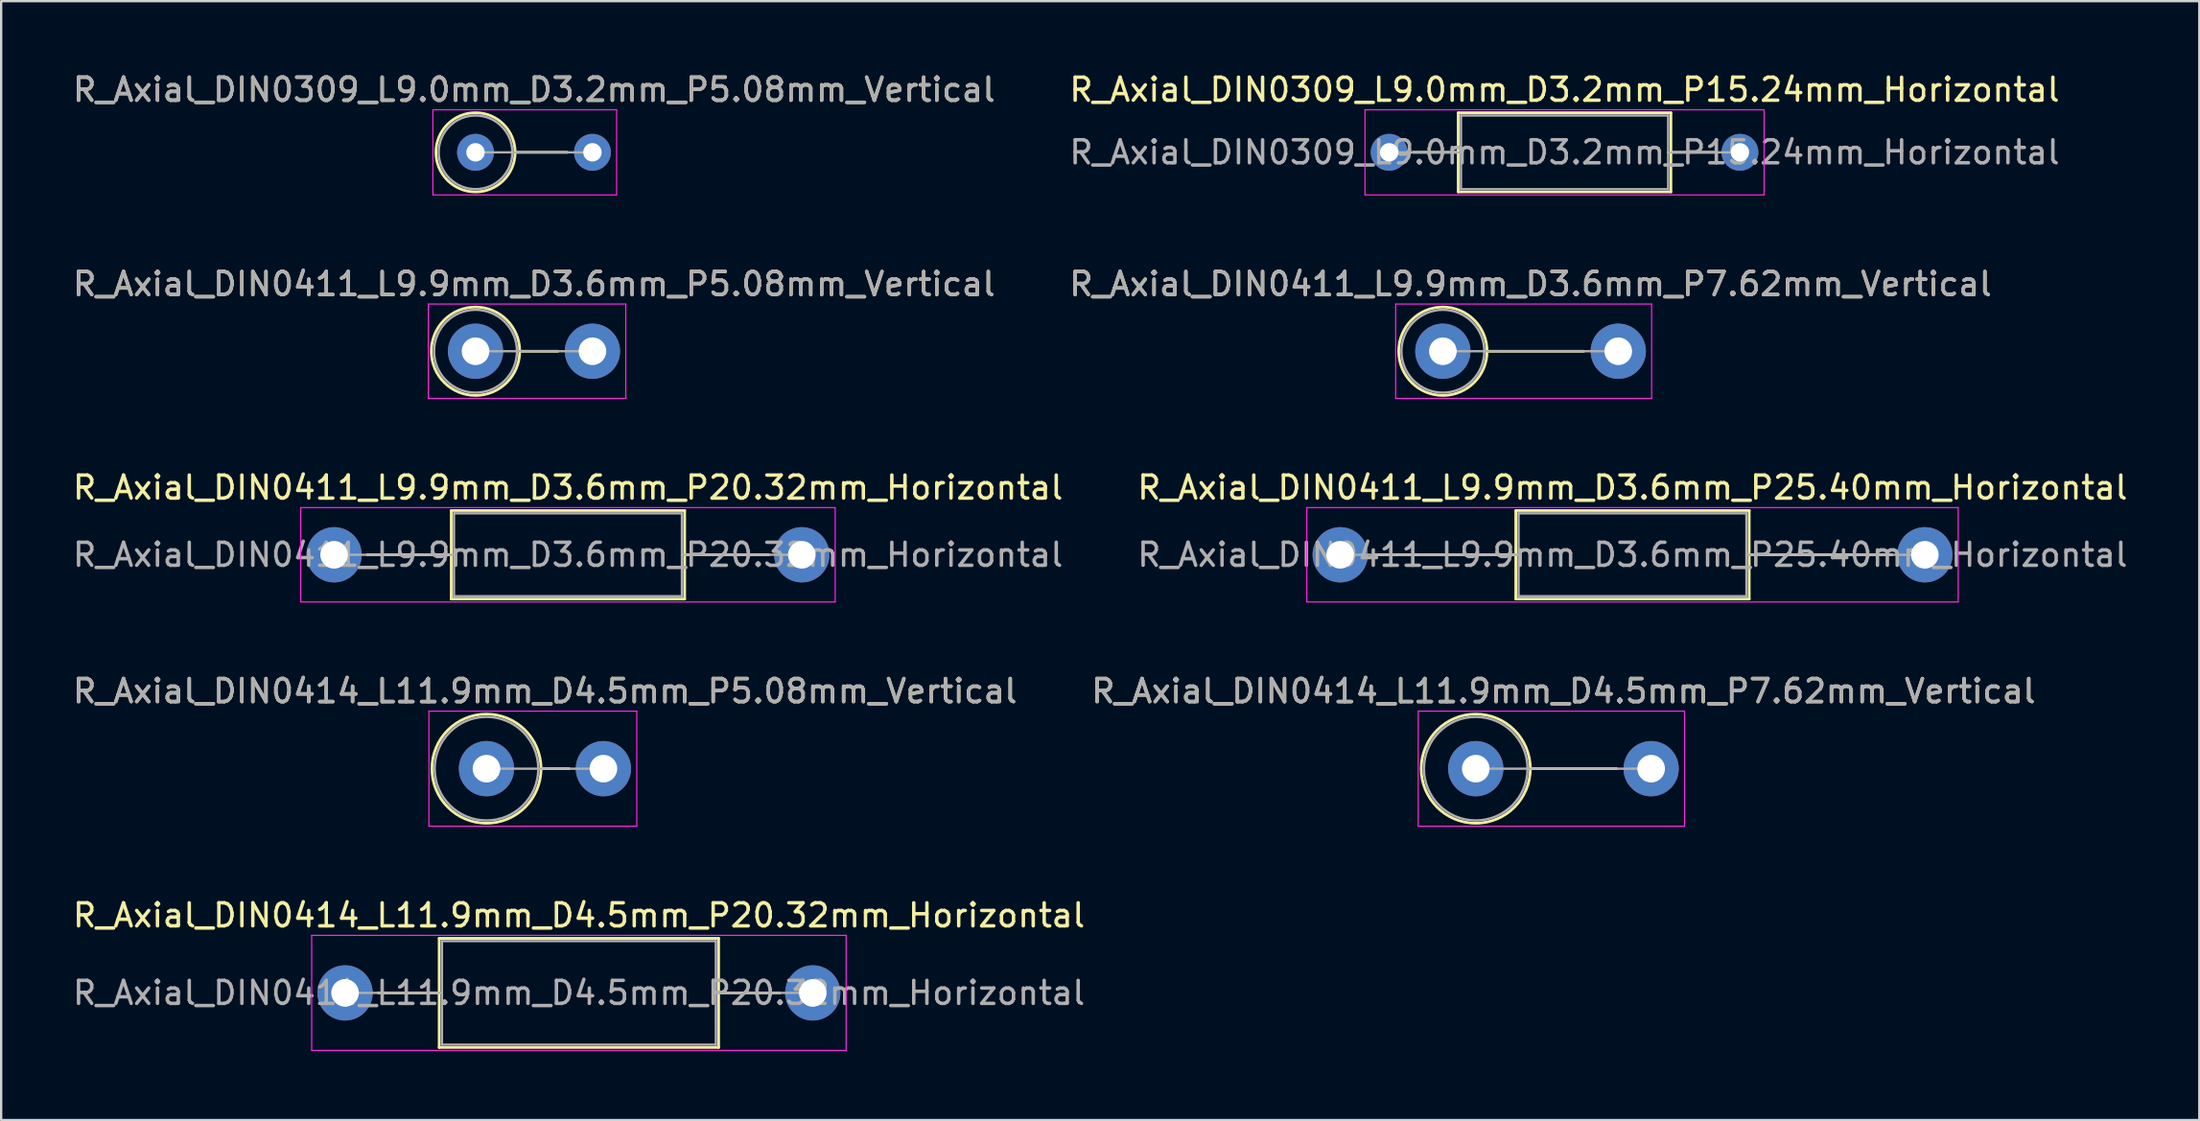
<source format=kicad_pcb>
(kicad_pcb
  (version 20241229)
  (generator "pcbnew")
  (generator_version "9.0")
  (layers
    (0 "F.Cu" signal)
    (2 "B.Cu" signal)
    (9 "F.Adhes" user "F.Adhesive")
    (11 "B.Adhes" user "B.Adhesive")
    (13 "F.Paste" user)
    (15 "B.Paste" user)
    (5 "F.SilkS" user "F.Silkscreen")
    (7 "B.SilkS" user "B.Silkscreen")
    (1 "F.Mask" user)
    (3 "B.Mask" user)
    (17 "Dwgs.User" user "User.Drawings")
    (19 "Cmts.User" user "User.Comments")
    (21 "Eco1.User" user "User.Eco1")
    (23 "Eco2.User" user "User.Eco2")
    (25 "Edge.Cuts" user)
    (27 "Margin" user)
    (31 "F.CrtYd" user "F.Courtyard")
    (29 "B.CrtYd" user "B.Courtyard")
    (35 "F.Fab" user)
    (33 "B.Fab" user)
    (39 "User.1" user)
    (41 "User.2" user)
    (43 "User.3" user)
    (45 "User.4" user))
  (footprint "R_Axial_DIN0411_L9.9mm_D3.6mm_P7.62mm_Vertical"
    (layer "F.Cu")
    (at 59.636 12.211)
    (property "Reference" "R_Axial_DIN0411_L9.9mm_D3.6mm_P7.62mm_Vertical" (at 3.81 -2.92 0) (layer "F.SilkS") (effects (font (size 1 1) (thickness 0.15))))
    (attr through_hole)
    (fp_line (start 1.92 0) (end 6.12 0) (stroke (width 0.12) (type solid)) (layer "F.SilkS"))
    (fp_circle (center 0 0) (end 1.92 0) (stroke (width 0.12) (type solid)) (fill no) (layer "F.SilkS"))
    (fp_line (start -2.05 -2.05) (end -2.05 2.05) (stroke (width 0.05) (type solid)) (layer "F.CrtYd"))
    (fp_line (start -2.05 2.05) (end 9.07 2.05) (stroke (width 0.05) (type solid)) (layer "F.CrtYd"))
    (fp_line (start 9.07 -2.05) (end -2.05 -2.05) (stroke (width 0.05) (type solid)) (layer "F.CrtYd"))
    (fp_line (start 9.07 2.05) (end 9.07 -2.05) (stroke (width 0.05) (type solid)) (layer "F.CrtYd"))
    (fp_line (start 0 0) (end 7.62 0) (stroke (width 0.1) (type solid)) (layer "F.Fab"))
    (fp_circle (center 0 0) (end 1.8 0) (stroke (width 0.1) (type solid)) (fill no) (layer "F.Fab"))
    (fp_text user "${REFERENCE}" (at 3.81 -2.92 0) (layer "F.Fab") (effects (font (size 1 1) (thickness 0.15))))
    (pad "1" thru_hole circle (at 0 0) (size 2.4 2.4) (drill 1.2) (layers "*.Cu" "*.Mask"))
    (pad "2" thru_hole circle (at 7.62 0) (size 2.4 2.4) (drill 1.2) (layers "*.Cu" "*.Mask")))
  (footprint "R_Axial_DIN0414_L11.9mm_D4.5mm_P7.62mm_Vertical"
    (layer "F.Cu")
    (at 61.065 30.348)
    (property "Reference" "R_Axial_DIN0414_L11.9mm_D4.5mm_P7.62mm_Vertical" (at 3.81 -3.37 0) (layer "F.SilkS") (effects (font (size 1 1) (thickness 0.15))))
    (attr through_hole)
    (fp_line (start 2.37 0) (end 6.12 0) (stroke (width 0.12) (type solid)) (layer "F.SilkS"))
    (fp_circle (center 0 0) (end 2.37 0) (stroke (width 0.12) (type solid)) (fill no) (layer "F.SilkS"))
    (fp_line (start -2.5 -2.5) (end -2.5 2.5) (stroke (width 0.05) (type solid)) (layer "F.CrtYd"))
    (fp_line (start -2.5 2.5) (end 9.07 2.5) (stroke (width 0.05) (type solid)) (layer "F.CrtYd"))
    (fp_line (start 9.07 -2.5) (end -2.5 -2.5) (stroke (width 0.05) (type solid)) (layer "F.CrtYd"))
    (fp_line (start 9.07 2.5) (end 9.07 -2.5) (stroke (width 0.05) (type solid)) (layer "F.CrtYd"))
    (fp_line (start 0 0) (end 7.62 0) (stroke (width 0.1) (type solid)) (layer "F.Fab"))
    (fp_circle (center 0 0) (end 2.25 0) (stroke (width 0.1) (type solid)) (fill no) (layer "F.Fab"))
    (fp_text user "${REFERENCE}" (at 3.81 -3.37 0) (layer "F.Fab") (effects (font (size 1 1) (thickness 0.15))))
    (pad "1" thru_hole circle (at 0 0) (size 2.4 2.4) (drill 1.2) (layers "*.Cu" "*.Mask"))
    (pad "2" thru_hole circle (at 7.62 0) (size 2.4 2.4) (drill 1.2) (layers "*.Cu" "*.Mask")))
  (footprint "R_Axial_DIN0309_L9.0mm_D3.2mm_P5.08mm_Vertical"
    (layer "F.Cu")
    (at 17.609 3.568)
    (property "Reference" "R_Axial_DIN0309_L9.0mm_D3.2mm_P5.08mm_Vertical" (at 2.54 -2.72 0) (layer "F.SilkS") (effects (font (size 1 1) (thickness 0.15))))
    (attr through_hole)
    (fp_line (start 1.72 0) (end 3.98 0) (stroke (width 0.12) (type solid)) (layer "F.SilkS"))
    (fp_circle (center 0 0) (end 1.72 0) (stroke (width 0.12) (type solid)) (fill no) (layer "F.SilkS"))
    (fp_line (start -1.85 -1.85) (end -1.85 1.85) (stroke (width 0.05) (type solid)) (layer "F.CrtYd"))
    (fp_line (start -1.85 1.85) (end 6.13 1.85) (stroke (width 0.05) (type solid)) (layer "F.CrtYd"))
    (fp_line (start 6.13 -1.85) (end -1.85 -1.85) (stroke (width 0.05) (type solid)) (layer "F.CrtYd"))
    (fp_line (start 6.13 1.85) (end 6.13 -1.85) (stroke (width 0.05) (type solid)) (layer "F.CrtYd"))
    (fp_line (start 0 0) (end 5.08 0) (stroke (width 0.1) (type solid)) (layer "F.Fab"))
    (fp_circle (center 0 0) (end 1.6 0) (stroke (width 0.1) (type solid)) (fill no) (layer "F.Fab"))
    (fp_text user "${REFERENCE}" (at 2.54 -2.72 0) (layer "F.Fab") (effects (font (size 1 1) (thickness 0.15))))
    (pad "1" thru_hole circle (at 0 0) (size 1.6 1.6) (drill 0.8) (layers "*.Cu" "*.Mask"))
    (pad "2" thru_hole circle (at 5.08 0) (size 1.6 1.6) (drill 0.8) (layers "*.Cu" "*.Mask")))
  (footprint "R_Axial_DIN0414_L11.9mm_D4.5mm_P20.32mm_Horizontal"
    (layer "F.Cu")
    (at 11.941 40.091)
    (property "Reference" "R_Axial_DIN0414_L11.9mm_D4.5mm_P20.32mm_Horizontal" (at 10.16 -3.37 0) (layer "F.SilkS") (effects (font (size 1 1) (thickness 0.15))))
    (attr through_hole)
    (fp_line (start 1.44 0) (end 4.09 0) (stroke (width 0.12) (type solid)) (layer "F.SilkS"))
    (fp_line (start 4.09 -2.37) (end 4.09 2.37) (stroke (width 0.12) (type solid)) (layer "F.SilkS"))
    (fp_line (start 4.09 2.37) (end 16.23 2.37) (stroke (width 0.12) (type solid)) (layer "F.SilkS"))
    (fp_line (start 16.23 -2.37) (end 4.09 -2.37) (stroke (width 0.12) (type solid)) (layer "F.SilkS"))
    (fp_line (start 16.23 2.37) (end 16.23 -2.37) (stroke (width 0.12) (type solid)) (layer "F.SilkS"))
    (fp_line (start 18.88 0) (end 16.23 0) (stroke (width 0.12) (type solid)) (layer "F.SilkS"))
    (fp_line (start -1.45 -2.5) (end -1.45 2.5) (stroke (width 0.05) (type solid)) (layer "F.CrtYd"))
    (fp_line (start -1.45 2.5) (end 21.77 2.5) (stroke (width 0.05) (type solid)) (layer "F.CrtYd"))
    (fp_line (start 21.77 -2.5) (end -1.45 -2.5) (stroke (width 0.05) (type solid)) (layer "F.CrtYd"))
    (fp_line (start 21.77 2.5) (end 21.77 -2.5) (stroke (width 0.05) (type solid)) (layer "F.CrtYd"))
    (fp_line (start 0 0) (end 4.21 0) (stroke (width 0.1) (type solid)) (layer "F.Fab"))
    (fp_line (start 4.21 -2.25) (end 4.21 2.25) (stroke (width 0.1) (type solid)) (layer "F.Fab"))
    (fp_line (start 4.21 2.25) (end 16.11 2.25) (stroke (width 0.1) (type solid)) (layer "F.Fab"))
    (fp_line (start 16.11 -2.25) (end 4.21 -2.25) (stroke (width 0.1) (type solid)) (layer "F.Fab"))
    (fp_line (start 16.11 2.25) (end 16.11 -2.25) (stroke (width 0.1) (type solid)) (layer "F.Fab"))
    (fp_line (start 20.32 0) (end 16.11 0) (stroke (width 0.1) (type solid)) (layer "F.Fab"))
    (fp_text user "${REFERENCE}" (at 10.16 0 0) (layer "F.Fab") (effects (font (size 1 1) (thickness 0.15))))
    (pad "1" thru_hole circle (at 0 0) (size 2.4 2.4) (drill 1.2) (layers "*.Cu" "*.Mask"))
    (pad "2" thru_hole circle (at 20.32 0) (size 2.4 2.4) (drill 1.2) (layers "*.Cu" "*.Mask")))
  (footprint "R_Axial_DIN0411_L9.9mm_D3.6mm_P20.32mm_Horizontal"
    (layer "F.Cu")
    (at 11.465 21.055)
    (property "Reference" "R_Axial_DIN0411_L9.9mm_D3.6mm_P20.32mm_Horizontal" (at 10.16 -2.92 0) (layer "F.SilkS") (effects (font (size 1 1) (thickness 0.15))))
    (attr through_hole)
    (fp_line (start 1.44 0) (end 5.09 0) (stroke (width 0.12) (type solid)) (layer "F.SilkS"))
    (fp_line (start 5.09 -1.92) (end 5.09 1.92) (stroke (width 0.12) (type solid)) (layer "F.SilkS"))
    (fp_line (start 5.09 1.92) (end 15.23 1.92) (stroke (width 0.12) (type solid)) (layer "F.SilkS"))
    (fp_line (start 15.23 -1.92) (end 5.09 -1.92) (stroke (width 0.12) (type solid)) (layer "F.SilkS"))
    (fp_line (start 15.23 1.92) (end 15.23 -1.92) (stroke (width 0.12) (type solid)) (layer "F.SilkS"))
    (fp_line (start 18.88 0) (end 15.23 0) (stroke (width 0.12) (type solid)) (layer "F.SilkS"))
    (fp_line (start -1.45 -2.05) (end -1.45 2.05) (stroke (width 0.05) (type solid)) (layer "F.CrtYd"))
    (fp_line (start -1.45 2.05) (end 21.77 2.05) (stroke (width 0.05) (type solid)) (layer "F.CrtYd"))
    (fp_line (start 21.77 -2.05) (end -1.45 -2.05) (stroke (width 0.05) (type solid)) (layer "F.CrtYd"))
    (fp_line (start 21.77 2.05) (end 21.77 -2.05) (stroke (width 0.05) (type solid)) (layer "F.CrtYd"))
    (fp_line (start 0 0) (end 5.21 0) (stroke (width 0.1) (type solid)) (layer "F.Fab"))
    (fp_line (start 5.21 -1.8) (end 5.21 1.8) (stroke (width 0.1) (type solid)) (layer "F.Fab"))
    (fp_line (start 5.21 1.8) (end 15.11 1.8) (stroke (width 0.1) (type solid)) (layer "F.Fab"))
    (fp_line (start 15.11 -1.8) (end 5.21 -1.8) (stroke (width 0.1) (type solid)) (layer "F.Fab"))
    (fp_line (start 15.11 1.8) (end 15.11 -1.8) (stroke (width 0.1) (type solid)) (layer "F.Fab"))
    (fp_line (start 20.32 0) (end 15.11 0) (stroke (width 0.1) (type solid)) (layer "F.Fab"))
    (fp_text user "${REFERENCE}" (at 10.16 0 0) (layer "F.Fab") (effects (font (size 1 1) (thickness 0.15))))
    (pad "1" thru_hole circle (at 0 0) (size 2.4 2.4) (drill 1.2) (layers "*.Cu" "*.Mask"))
    (pad "2" thru_hole circle (at 20.32 0) (size 2.4 2.4) (drill 1.2) (layers "*.Cu" "*.Mask")))
  (footprint "R_Axial_DIN0414_L11.9mm_D4.5mm_P5.08mm_Vertical"
    (layer "F.Cu")
    (at 18.085 30.348)
    (property "Reference" "R_Axial_DIN0414_L11.9mm_D4.5mm_P5.08mm_Vertical" (at 2.54 -3.37 0) (layer "F.SilkS") (effects (font (size 1 1) (thickness 0.15))))
    (attr through_hole)
    (fp_line (start 2.37 0) (end 3.58 0) (stroke (width 0.12) (type solid)) (layer "F.SilkS"))
    (fp_circle (center 0 0) (end 2.37 0) (stroke (width 0.12) (type solid)) (fill no) (layer "F.SilkS"))
    (fp_line (start -2.5 -2.5) (end -2.5 2.5) (stroke (width 0.05) (type solid)) (layer "F.CrtYd"))
    (fp_line (start -2.5 2.5) (end 6.53 2.5) (stroke (width 0.05) (type solid)) (layer "F.CrtYd"))
    (fp_line (start 6.53 -2.5) (end -2.5 -2.5) (stroke (width 0.05) (type solid)) (layer "F.CrtYd"))
    (fp_line (start 6.53 2.5) (end 6.53 -2.5) (stroke (width 0.05) (type solid)) (layer "F.CrtYd"))
    (fp_line (start 0 0) (end 5.08 0) (stroke (width 0.1) (type solid)) (layer "F.Fab"))
    (fp_circle (center 0 0) (end 2.25 0) (stroke (width 0.1) (type solid)) (fill no) (layer "F.Fab"))
    (fp_text user "${REFERENCE}" (at 2.54 -3.37 0) (layer "F.Fab") (effects (font (size 1 1) (thickness 0.15))))
    (pad "1" thru_hole circle (at 0 0) (size 2.4 2.4) (drill 1.2) (layers "*.Cu" "*.Mask"))
    (pad "2" thru_hole circle (at 5.08 0) (size 2.4 2.4) (drill 1.2) (layers "*.Cu" "*.Mask")))
  (footprint "R_Axial_DIN0411_L9.9mm_D3.6mm_P25.40mm_Horizontal"
    (layer "F.Cu")
    (at 55.175 21.055)
    (property "Reference" "R_Axial_DIN0411_L9.9mm_D3.6mm_P25.40mm_Horizontal" (at 12.7 -2.92 0) (layer "F.SilkS") (effects (font (size 1 1) (thickness 0.15))))
    (attr through_hole)
    (fp_line (start 1.44 0) (end 7.63 0) (stroke (width 0.12) (type solid)) (layer "F.SilkS"))
    (fp_line (start 7.63 -1.92) (end 7.63 1.92) (stroke (width 0.12) (type solid)) (layer "F.SilkS"))
    (fp_line (start 7.63 1.92) (end 17.77 1.92) (stroke (width 0.12) (type solid)) (layer "F.SilkS"))
    (fp_line (start 17.77 -1.92) (end 7.63 -1.92) (stroke (width 0.12) (type solid)) (layer "F.SilkS"))
    (fp_line (start 17.77 1.92) (end 17.77 -1.92) (stroke (width 0.12) (type solid)) (layer "F.SilkS"))
    (fp_line (start 23.96 0) (end 17.77 0) (stroke (width 0.12) (type solid)) (layer "F.SilkS"))
    (fp_line (start -1.45 -2.05) (end -1.45 2.05) (stroke (width 0.05) (type solid)) (layer "F.CrtYd"))
    (fp_line (start -1.45 2.05) (end 26.85 2.05) (stroke (width 0.05) (type solid)) (layer "F.CrtYd"))
    (fp_line (start 26.85 -2.05) (end -1.45 -2.05) (stroke (width 0.05) (type solid)) (layer "F.CrtYd"))
    (fp_line (start 26.85 2.05) (end 26.85 -2.05) (stroke (width 0.05) (type solid)) (layer "F.CrtYd"))
    (fp_line (start 0 0) (end 7.75 0) (stroke (width 0.1) (type solid)) (layer "F.Fab"))
    (fp_line (start 7.75 -1.8) (end 7.75 1.8) (stroke (width 0.1) (type solid)) (layer "F.Fab"))
    (fp_line (start 7.75 1.8) (end 17.65 1.8) (stroke (width 0.1) (type solid)) (layer "F.Fab"))
    (fp_line (start 17.65 -1.8) (end 7.75 -1.8) (stroke (width 0.1) (type solid)) (layer "F.Fab"))
    (fp_line (start 17.65 1.8) (end 17.65 -1.8) (stroke (width 0.1) (type solid)) (layer "F.Fab"))
    (fp_line (start 25.4 0) (end 17.65 0) (stroke (width 0.1) (type solid)) (layer "F.Fab"))
    (fp_text user "${REFERENCE}" (at 12.7 0 0) (layer "F.Fab") (effects (font (size 1 1) (thickness 0.15))))
    (pad "1" thru_hole circle (at 0 0) (size 2.4 2.4) (drill 1.2) (layers "*.Cu" "*.Mask"))
    (pad "2" thru_hole circle (at 25.4 0) (size 2.4 2.4) (drill 1.2) (layers "*.Cu" "*.Mask")))
  (footprint "R_Axial_DIN0309_L9.0mm_D3.2mm_P15.24mm_Horizontal"
    (layer "F.Cu")
    (at 57.303 3.568)
    (property "Reference" "R_Axial_DIN0309_L9.0mm_D3.2mm_P15.24mm_Horizontal" (at 7.62 -2.72 0) (layer "F.SilkS") (effects (font (size 1 1) (thickness 0.15))))
    (attr through_hole)
    (fp_line (start 1.04 0) (end 3 0) (stroke (width 0.12) (type solid)) (layer "F.SilkS"))
    (fp_line (start 3 -1.72) (end 3 1.72) (stroke (width 0.12) (type solid)) (layer "F.SilkS"))
    (fp_line (start 3 1.72) (end 12.24 1.72) (stroke (width 0.12) (type solid)) (layer "F.SilkS"))
    (fp_line (start 12.24 -1.72) (end 3 -1.72) (stroke (width 0.12) (type solid)) (layer "F.SilkS"))
    (fp_line (start 12.24 1.72) (end 12.24 -1.72) (stroke (width 0.12) (type solid)) (layer "F.SilkS"))
    (fp_line (start 14.2 0) (end 12.24 0) (stroke (width 0.12) (type solid)) (layer "F.SilkS"))
    (fp_line (start -1.05 -1.85) (end -1.05 1.85) (stroke (width 0.05) (type solid)) (layer "F.CrtYd"))
    (fp_line (start -1.05 1.85) (end 16.29 1.85) (stroke (width 0.05) (type solid)) (layer "F.CrtYd"))
    (fp_line (start 16.29 -1.85) (end -1.05 -1.85) (stroke (width 0.05) (type solid)) (layer "F.CrtYd"))
    (fp_line (start 16.29 1.85) (end 16.29 -1.85) (stroke (width 0.05) (type solid)) (layer "F.CrtYd"))
    (fp_line (start 0 0) (end 3.12 0) (stroke (width 0.1) (type solid)) (layer "F.Fab"))
    (fp_line (start 3.12 -1.6) (end 3.12 1.6) (stroke (width 0.1) (type solid)) (layer "F.Fab"))
    (fp_line (start 3.12 1.6) (end 12.12 1.6) (stroke (width 0.1) (type solid)) (layer "F.Fab"))
    (fp_line (start 12.12 -1.6) (end 3.12 -1.6) (stroke (width 0.1) (type solid)) (layer "F.Fab"))
    (fp_line (start 12.12 1.6) (end 12.12 -1.6) (stroke (width 0.1) (type solid)) (layer "F.Fab"))
    (fp_line (start 15.24 0) (end 12.12 0) (stroke (width 0.1) (type solid)) (layer "F.Fab"))
    (fp_text user "${REFERENCE}" (at 7.62 0 0) (layer "F.Fab") (effects (font (size 1 1) (thickness 0.15))))
    (pad "1" thru_hole circle (at 0 0) (size 1.6 1.6) (drill 0.8) (layers "*.Cu" "*.Mask"))
    (pad "2" thru_hole circle (at 15.24 0) (size 1.6 1.6) (drill 0.8) (layers "*.Cu" "*.Mask")))
  (footprint "R_Axial_DIN0411_L9.9mm_D3.6mm_P5.08mm_Vertical"
    (layer "F.Cu")
    (at 17.609 12.211)
    (property "Reference" "R_Axial_DIN0411_L9.9mm_D3.6mm_P5.08mm_Vertical" (at 2.54 -2.92 0) (layer "F.SilkS") (effects (font (size 1 1) (thickness 0.15))))
    (attr through_hole)
    (fp_line (start 1.92 0) (end 3.58 0) (stroke (width 0.12) (type solid)) (layer "F.SilkS"))
    (fp_circle (center 0 0) (end 1.92 0) (stroke (width 0.12) (type solid)) (fill no) (layer "F.SilkS"))
    (fp_line (start -2.05 -2.05) (end -2.05 2.05) (stroke (width 0.05) (type solid)) (layer "F.CrtYd"))
    (fp_line (start -2.05 2.05) (end 6.53 2.05) (stroke (width 0.05) (type solid)) (layer "F.CrtYd"))
    (fp_line (start 6.53 -2.05) (end -2.05 -2.05) (stroke (width 0.05) (type solid)) (layer "F.CrtYd"))
    (fp_line (start 6.53 2.05) (end 6.53 -2.05) (stroke (width 0.05) (type solid)) (layer "F.CrtYd"))
    (fp_line (start 0 0) (end 5.08 0) (stroke (width 0.1) (type solid)) (layer "F.Fab"))
    (fp_circle (center 0 0) (end 1.8 0) (stroke (width 0.1) (type solid)) (fill no) (layer "F.Fab"))
    (fp_text user "${REFERENCE}" (at 2.54 -2.92 0) (layer "F.Fab") (effects (font (size 1 1) (thickness 0.15))))
    (pad "1" thru_hole circle (at 0 0) (size 2.4 2.4) (drill 1.2) (layers "*.Cu" "*.Mask"))
    (pad "2" thru_hole circle (at 5.08 0) (size 2.4 2.4) (drill 1.2) (layers "*.Cu" "*.Mask")))
  (gr_rect
    (start -3 -3)
    (end 92.5 45.616)
    (stroke (width 0.1) (type default))
    (fill no)
    (layer "Edge.Cuts")))
</source>
